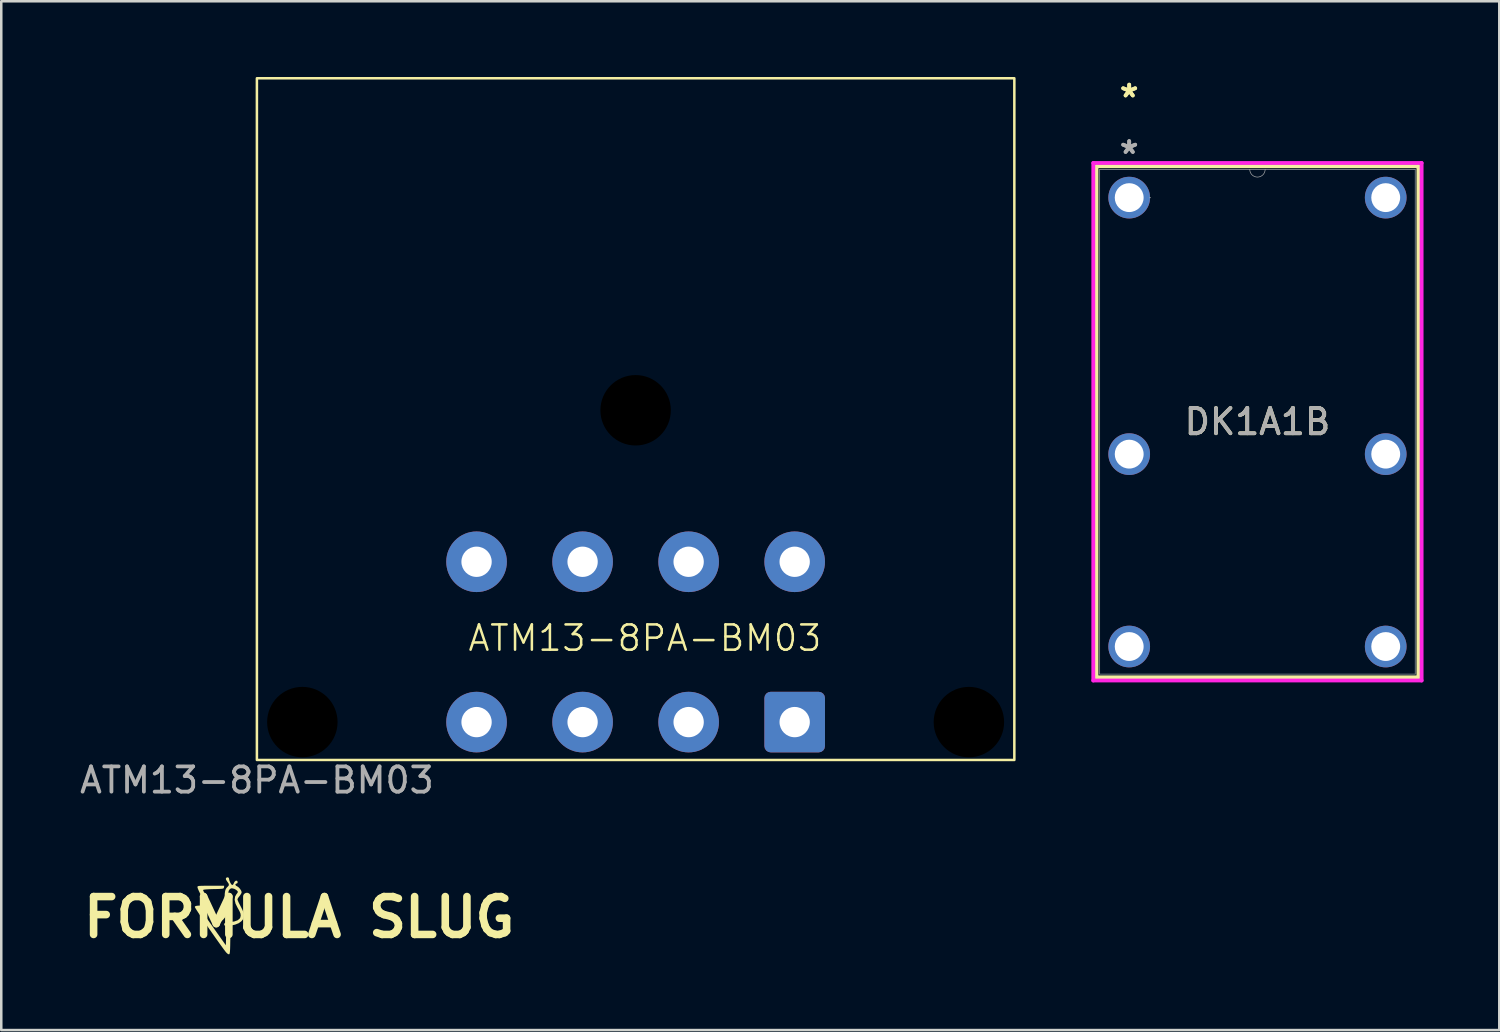
<source format=kicad_pcb>
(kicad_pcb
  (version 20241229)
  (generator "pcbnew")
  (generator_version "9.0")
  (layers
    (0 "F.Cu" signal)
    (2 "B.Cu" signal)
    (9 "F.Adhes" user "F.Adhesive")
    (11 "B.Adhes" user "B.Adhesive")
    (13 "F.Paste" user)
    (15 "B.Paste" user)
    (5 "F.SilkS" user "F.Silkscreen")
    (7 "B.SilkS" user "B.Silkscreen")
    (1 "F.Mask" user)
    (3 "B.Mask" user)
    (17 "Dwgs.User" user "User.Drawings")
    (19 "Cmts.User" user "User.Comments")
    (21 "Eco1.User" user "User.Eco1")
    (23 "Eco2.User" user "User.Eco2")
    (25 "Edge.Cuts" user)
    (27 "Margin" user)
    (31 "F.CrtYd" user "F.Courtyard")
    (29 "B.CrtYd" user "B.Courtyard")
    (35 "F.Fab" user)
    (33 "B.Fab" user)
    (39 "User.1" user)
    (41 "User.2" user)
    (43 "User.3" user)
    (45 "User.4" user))
  (footprint "DK1A1B"
    (layer "F.Cu")
    (at 41.674 4.777)
    (property "Reference" "DK1A1B" (at 5.08 8.877 0) (unlocked yes) (layer "F.SilkS") (effects (font (size 1 1) (thickness 0.15))))
    (attr through_hole)
    (fp_line (start -1.295 -1.245) (end -1.295 18.999) (stroke (width 0.152) (type solid)) (layer "F.SilkS"))
    (fp_line (start -1.295 18.999) (end 11.455 18.999) (stroke (width 0.152) (type solid)) (layer "F.SilkS"))
    (fp_line (start 11.455 -1.245) (end -1.295 -1.245) (stroke (width 0.152) (type solid)) (layer "F.SilkS"))
    (fp_line (start 11.455 18.999) (end 11.455 -1.245) (stroke (width 0.152) (type solid)) (layer "F.SilkS"))
    (fp_line (start -1.422 -1.372) (end 11.582 -1.372) (stroke (width 0.152) (type solid)) (layer "F.CrtYd"))
    (fp_line (start -1.422 19.126) (end -1.422 -1.372) (stroke (width 0.152) (type solid)) (layer "F.CrtYd"))
    (fp_line (start 11.582 -1.372) (end 11.582 19.126) (stroke (width 0.152) (type solid)) (layer "F.CrtYd"))
    (fp_line (start 11.582 19.126) (end -1.422 19.126) (stroke (width 0.152) (type solid)) (layer "F.CrtYd"))
    (fp_line (start -1.168 -1.118) (end -1.168 18.872) (stroke (width 0.025) (type solid)) (layer "F.Fab"))
    (fp_line (start -1.168 18.872) (end 11.328 18.872) (stroke (width 0.025) (type solid)) (layer "F.Fab"))
    (fp_line (start 11.328 -1.118) (end -1.168 -1.118) (stroke (width 0.025) (type solid)) (layer "F.Fab"))
    (fp_line (start 11.328 18.872) (end 11.328 -1.118) (stroke (width 0.025) (type solid)) (layer "F.Fab"))
    (fp_arc (start 5.3848 -1.1176) (mid 5.08 -0.8128) (end 4.7752 -1.1176) (stroke (width 0.0254) (type solid)) (layer "F.Fab"))
    (fp_circle (center 0.826 0) (end 0.826 0) (stroke (width 0.025) (type solid)) (fill no) (layer "F.Fab"))
    (fp_text user "*" (at 0 -3.929 0) (unlocked yes) (layer "F.SilkS") (effects (font (size 1 1) (thickness 0.15))))
    (fp_text user "*" (at 0 -3.929 0) (layer "F.SilkS") (effects (font (size 1 1) (thickness 0.15))))
    (fp_text user "*" (at 0 -1.693 0) (unlocked yes) (layer "F.Fab") (effects (font (size 1 1) (thickness 0.15))))
    (fp_text user "*" (at 0 -1.693 0) (layer "F.Fab") (effects (font (size 1 1) (thickness 0.15))))
    (fp_text user "${REFERENCE}" (at 5.08 8.877 0) (unlocked yes) (layer "F.Fab") (effects (font (size 1 1) (thickness 0.15))))
    (pad "1" thru_hole circle (at 0 0) (size 1.651 1.651) (drill 1.143) (layers "*.Cu" "*.Mask"))
    (pad "3" thru_hole circle (at 0 10.16) (size 1.651 1.651) (drill 1.143) (layers "*.Cu" "*.Mask"))
    (pad "4" thru_hole circle (at 0 17.78) (size 1.651 1.651) (drill 1.143) (layers "*.Cu" "*.Mask"))
    (pad "5" thru_hole circle (at 10.16 17.78) (size 1.651 1.651) (drill 1.143) (layers "*.Cu" "*.Mask"))
    (pad "6" thru_hole circle (at 10.16 10.16) (size 1.651 1.651) (drill 1.143) (layers "*.Cu" "*.Mask"))
    (pad "8" thru_hole circle (at 10.16 0) (size 1.651 1.651) (drill 1.143) (layers "*.Cu" "*.Mask")))
  (footprint "FORMULA SLUG"
    (layer "F.Cu")
    (at 8.8 33.282)
    (property "Reference" "FORMULA SLUG" (at 0 0 0) (layer "F.SilkS") (effects (font (size 1.5 1.5) (thickness 0.3))))
    (attr board_only exclude_from_pos_files exclude_from_bom)
    (fp_poly (pts (xy -2.979 -1.188) (xy -2.984 -1.164) (xy -2.998 -1.147) (xy -3.029 -1.135) (xy -3.086 -1.128) (xy -3.177 -1.123) (xy -3.31 -1.119) (xy -3.397 -1.118) (xy -3.565 -1.113) (xy -3.692 -1.105) (xy -3.775 -1.095) (xy -3.807 -1.083) (xy -3.807 -1.082) (xy -3.795 -1.048) (xy -3.76 -0.976) (xy -3.709 -0.876) (xy -3.646 -0.758) (xy -3.64 -0.748) (xy -3.559 -0.597) (xy -3.506 -0.489) (xy -3.481 -0.415) (xy -3.485 -0.369) (xy -3.519 -0.345) (xy -3.584 -0.335) (xy -3.68 -0.333) (xy -3.685 -0.333) (xy -3.792 -0.332) (xy -3.854 -0.326) (xy -3.88 -0.314) (xy -3.881 -0.292) (xy -3.879 -0.288) (xy -3.859 -0.255) (xy -3.811 -0.182) (xy -3.739 -0.076) (xy -3.647 0.057) (xy -3.539 0.211) (xy -3.42 0.38) (xy -3.383 0.433) (xy -2.904 1.108) (xy -2.896 0.793) (xy -2.889 0.634) (xy -2.877 0.524) (xy -2.856 0.457) (xy -2.826 0.428) (xy -2.783 0.429) (xy -2.768 0.433) (xy -2.752 0.445) (xy -2.74 0.471) (xy -2.732 0.517) (xy -2.728 0.594) (xy -2.727 0.706) (xy -2.728 0.863) (xy -2.73 0.955) (xy -2.733 1.136) (xy -2.737 1.268) (xy -2.743 1.36) (xy -2.751 1.419) (xy -2.761 1.451) (xy -2.776 1.465) (xy -2.783 1.467) (xy -2.827 1.451) (xy -2.885 1.399) (xy -2.91 1.37) (xy -2.988 1.267) (xy -3.083 1.137) (xy -3.192 0.985) (xy -3.311 0.818) (xy -3.435 0.641) (xy -3.561 0.46) (xy -3.684 0.282) (xy -3.8 0.111) (xy -3.905 -0.045) (xy -3.995 -0.181) (xy -4.066 -0.291) (xy -4.114 -0.368) (xy -4.135 -0.408) (xy -4.135 -0.412) (xy -4.121 -0.436) (xy -4.081 -0.452) (xy -4.006 -0.462) (xy -3.911 -0.467) (xy -3.81 -0.473) (xy -3.734 -0.481) (xy -3.698 -0.49) (xy -3.696 -0.492) (xy -3.708 -0.521) (xy -3.742 -0.59) (xy -3.792 -0.688) (xy -3.854 -0.806) (xy -3.863 -0.822) (xy -3.926 -0.946) (xy -3.979 -1.056) (xy -4.015 -1.141) (xy -4.029 -1.191) (xy -4.03 -1.193) (xy -4.028 -1.213) (xy -4.017 -1.228) (xy -3.991 -1.238) (xy -3.941 -1.245) (xy -3.86 -1.248) (xy -3.741 -1.25) (xy -3.577 -1.251) (xy -3.5 -1.251) (xy -2.97 -1.251)) (stroke (width 0) (type solid)) (fill yes) (layer "F.SilkS"))
    (fp_poly (pts (xy -2.788 -1.565) (xy -2.779 -1.529) (xy -2.767 -1.464) (xy -2.737 -1.388) (xy -2.699 -1.321) (xy -2.662 -1.282) (xy -2.651 -1.278) (xy -2.615 -1.301) (xy -2.598 -1.334) (xy -2.561 -1.408) (xy -2.512 -1.45) (xy -2.465 -1.449) (xy -2.458 -1.444) (xy -2.435 -1.398) (xy -2.449 -1.353) (xy -2.49 -1.334) (xy -2.524 -1.317) (xy -2.524 -1.28) (xy -2.493 -1.245) (xy -2.475 -1.237) (xy -2.412 -1.198) (xy -2.347 -1.131) (xy -2.298 -1.056) (xy -2.279 -0.995) (xy -2.296 -0.94) (xy -2.341 -0.87) (xy -2.362 -0.843) (xy -2.413 -0.778) (xy -2.442 -0.726) (xy -2.446 -0.712) (xy -2.433 -0.669) (xy -2.402 -0.596) (xy -2.373 -0.54) (xy -2.301 -0.401) (xy -2.251 -0.301) (xy -2.22 -0.227) (xy -2.203 -0.168) (xy -2.196 -0.114) (xy -2.195 -0.07) (xy -2.204 0.022) (xy -2.236 0.093) (xy -2.286 0.153) (xy -2.393 0.232) (xy -2.54 0.291) (xy -2.714 0.326) (xy -2.842 0.333) (xy -2.923 0.331) (xy -2.961 0.32) (xy -2.971 0.293) (xy -2.969 0.271) (xy -2.959 0.239) (xy -2.933 0.218) (xy -2.879 0.205) (xy -2.786 0.194) (xy -2.75 0.191) (xy -2.568 0.164) (xy -2.437 0.117) (xy -2.355 0.049) (xy -2.332 0.007) (xy -2.315 -0.066) (xy -2.325 -0.146) (xy -2.365 -0.244) (xy -2.437 -0.372) (xy -2.438 -0.374) (xy -2.522 -0.543) (xy -2.556 -0.692) (xy -2.539 -0.821) (xy -2.487 -0.912) (xy -2.441 -0.972) (xy -2.43 -1.012) (xy -2.449 -1.047) (xy -2.45 -1.047) (xy -2.501 -1.089) (xy -2.574 -1.129) (xy -2.578 -1.13) (xy -2.67 -1.151) (xy -2.741 -1.126) (xy -2.79 -1.054) (xy -2.819 -0.933) (xy -2.828 -0.762) (xy -2.822 -0.59) (xy -2.815 -0.418) (xy -2.822 -0.286) (xy -2.846 -0.177) (xy -2.89 -0.076) (xy -2.949 0.018) (xy -3.017 0.098) (xy -3.105 0.178) (xy -3.2 0.246) (xy -3.286 0.292) (xy -3.34 0.306) (xy -3.385 0.291) (xy -3.387 0.254) (xy -3.351 0.2) (xy -3.279 0.137) (xy -3.25 0.117) (xy -3.151 0.038) (xy -3.061 -0.058) (xy -3.028 -0.104) (xy -2.995 -0.156) (xy -2.973 -0.202) (xy -2.959 -0.252) (xy -2.952 -0.318) (xy -2.95 -0.411) (xy -2.951 -0.543) (xy -2.953 -0.624) (xy -2.954 -0.807) (xy -2.947 -0.945) (xy -2.932 -1.047) (xy -2.906 -1.122) (xy -2.866 -1.18) (xy -2.823 -1.221) (xy -2.785 -1.269) (xy -2.79 -1.325) (xy -2.838 -1.399) (xy -2.851 -1.416) (xy -2.899 -1.491) (xy -2.903 -1.549) (xy -2.866 -1.58) (xy -2.835 -1.584)) (stroke (width 0) (type solid)) (fill yes) (layer "F.SilkS")))
  (footprint "ATM13-8PA-BM03"
    (layer "F.Cu")
    (at 7.125 27.05)
    (property "Reference" "ATM13-8PA-BM03" (at 15.367 -4.826 0) (unlocked yes) (layer "F.SilkS") (effects (font (size 1 1) (thickness 0.1))))
    (attr through_hole)
    (fp_rect (start 0 -27) (end 30 0) (stroke (width 0.1) (type default)) (fill no) (layer "F.SilkS"))
    (fp_text user "${REFERENCE}" (at 0 0.8 0) (unlocked yes) (layer "F.Fab") (effects (font (size 1 1) (thickness 0.15))))
    (pad "" np_thru_hole circle (at 1.8 -1.5) (size 2.79 2.79) (drill 2.79) (layers "*.Mask"))
    (pad "" np_thru_hole circle (at 15 -13.85) (size 2.79 2.79) (drill 2.79) (layers "*.Mask"))
    (pad "" np_thru_hole circle (at 28.2 -1.5) (size 2.79 2.79) (drill 2.79) (layers "*.Mask"))
    (pad "1" thru_hole roundrect (at 21.3 -1.5) (size 2.4 2.4) (drill 1.2) (layers "*.Cu" "*.Mask") (roundrect_rratio 0.104))
    (pad "2" thru_hole circle (at 17.1 -1.5) (size 2.4 2.4) (drill 1.2) (layers "*.Cu" "*.Mask"))
    (pad "3" thru_hole circle (at 12.9 -1.5) (size 2.4 2.4) (drill 1.2) (layers "*.Cu" "*.Mask"))
    (pad "4" thru_hole circle (at 8.7 -1.5) (size 2.4 2.4) (drill 1.2) (layers "*.Cu" "*.Mask"))
    (pad "5" thru_hole circle (at 8.7 -7.85) (size 2.4 2.4) (drill 1.2) (layers "*.Cu" "*.Mask"))
    (pad "6" thru_hole circle (at 12.9 -7.85) (size 2.4 2.4) (drill 1.2) (layers "*.Cu" "*.Mask"))
    (pad "7" thru_hole circle (at 17.1 -7.85) (size 2.4 2.4) (drill 1.2) (layers "*.Cu" "*.Mask"))
    (pad "8" thru_hole circle (at 21.3 -7.85) (size 2.4 2.4) (drill 1.2) (layers "*.Cu" "*.Mask")))
  (gr_rect
    (start -3 -3)
    (end 56.332 37.749)
    (stroke (width 0.1) (type default))
    (fill no)
    (layer "Edge.Cuts")))
</source>
